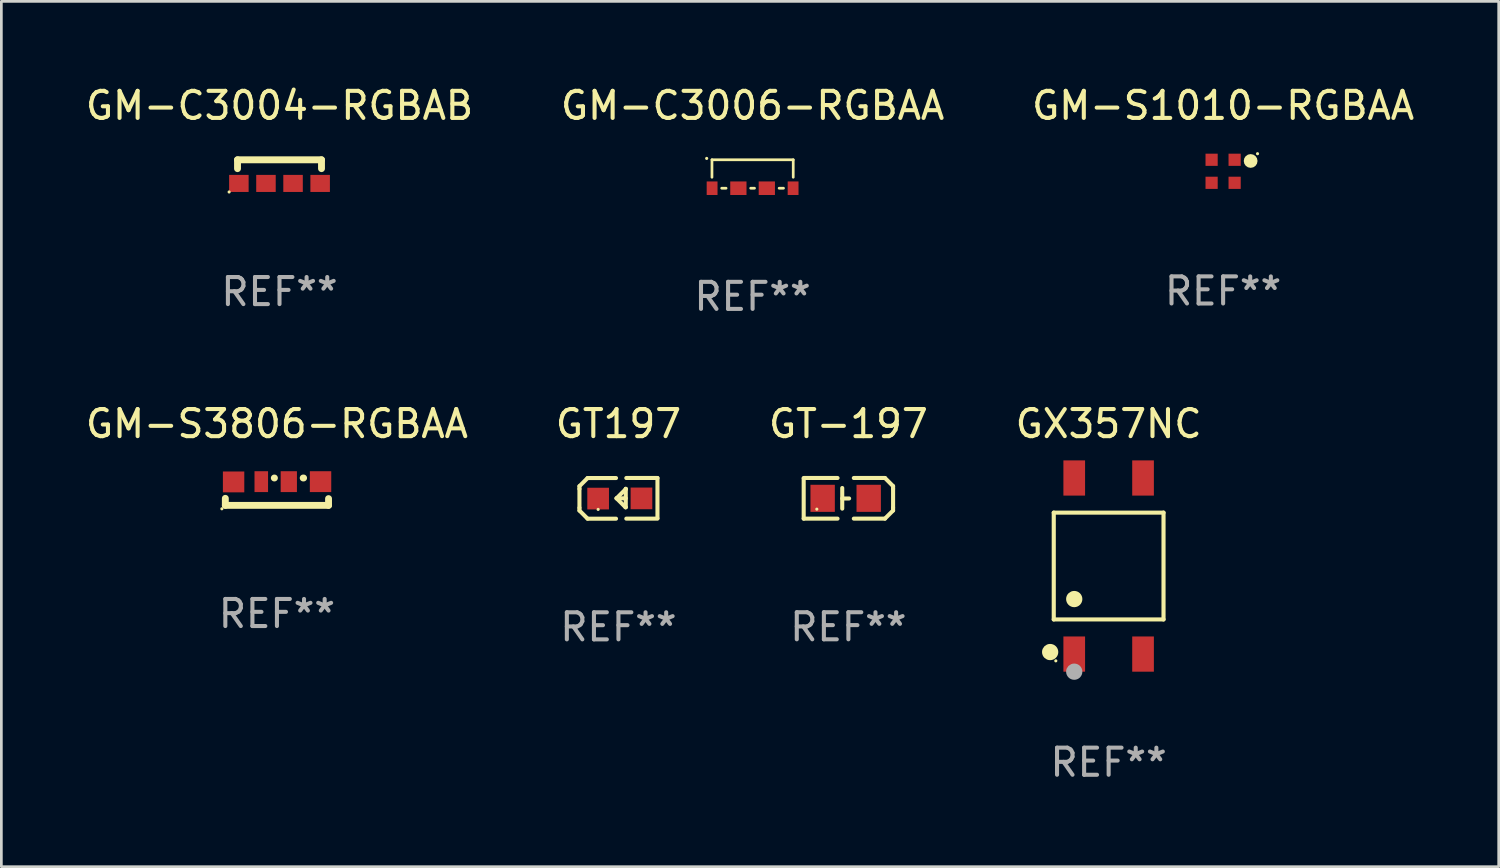
<source format=kicad_pcb>
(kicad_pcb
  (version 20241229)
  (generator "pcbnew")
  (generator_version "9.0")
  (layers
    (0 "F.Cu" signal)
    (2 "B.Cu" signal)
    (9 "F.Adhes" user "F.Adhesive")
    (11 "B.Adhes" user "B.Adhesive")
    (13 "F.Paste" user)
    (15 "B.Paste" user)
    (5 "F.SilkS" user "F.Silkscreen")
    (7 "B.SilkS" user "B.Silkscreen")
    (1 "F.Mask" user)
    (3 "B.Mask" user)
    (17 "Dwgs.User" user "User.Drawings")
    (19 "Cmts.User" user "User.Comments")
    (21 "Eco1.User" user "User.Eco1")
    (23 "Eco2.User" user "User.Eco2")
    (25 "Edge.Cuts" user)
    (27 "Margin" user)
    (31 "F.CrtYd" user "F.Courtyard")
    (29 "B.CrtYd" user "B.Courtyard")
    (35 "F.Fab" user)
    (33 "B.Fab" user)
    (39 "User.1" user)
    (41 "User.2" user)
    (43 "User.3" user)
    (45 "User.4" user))
  (footprint "GT197"
    (layer "F.Cu")
    (at 19.78 15.346)
    (property "Reference" "GT197" (at 0 -2.751 0) (layer "F.SilkS") (effects (font (size 1 1) (thickness 0.15))))
    (attr through_hole)
    (fp_line (start -1.44 -0.449) (end -1.14 -0.749) (stroke (width 0.15) (type solid)) (layer "F.SilkS"))
    (fp_line (start -1.44 -0.349) (end -1.44 -0.449) (stroke (width 0.15) (type solid)) (layer "F.SilkS"))
    (fp_line (start -1.44 -0.349) (end -1.44 0.351) (stroke (width 0.15) (type solid)) (layer "F.SilkS"))
    (fp_line (start -1.44 0.351) (end -1.44 0.451) (stroke (width 0.15) (type solid)) (layer "F.SilkS"))
    (fp_line (start -1.44 0.451) (end -1.14 0.751) (stroke (width 0.15) (type solid)) (layer "F.SilkS"))
    (fp_line (start -0.09 -0.749) (end -1.14 -0.749) (stroke (width 0.15) (type solid)) (layer "F.SilkS"))
    (fp_line (start -0.09 0.751) (end -1.14 0.751) (stroke (width 0.15) (type solid)) (layer "F.SilkS"))
    (fp_line (start 0.26 0.329) (end -0.07 -0.001) (stroke (width 0.15) (type solid)) (layer "F.SilkS"))
    (fp_line (start 0.27 -0.351) (end 0.27 -0.341) (stroke (width 0.15) (type solid)) (layer "F.SilkS"))
    (fp_line (start 0.27 -0.351) (end 0.27 0.329) (stroke (width 0.15) (type solid)) (layer "F.SilkS"))
    (fp_line (start 0.27 -0.341) (end -0.07 -0.001) (stroke (width 0.15) (type solid)) (layer "F.SilkS"))
    (fp_line (start 0.27 -0.001) (end -0.07 -0.001) (stroke (width 0.15) (type solid)) (layer "F.SilkS"))
    (fp_line (start 0.27 0.329) (end 0.26 0.329) (stroke (width 0.15) (type solid)) (layer "F.SilkS"))
    (fp_line (start 0.29 -0.751) (end 1.44 -0.751) (stroke (width 0.15) (type solid)) (layer "F.SilkS"))
    (fp_line (start 0.29 0.749) (end 1.44 0.749) (stroke (width 0.15) (type solid)) (layer "F.SilkS"))
    (fp_line (start 1.44 -0.751) (end 1.44 0.729) (stroke (width 0.15) (type solid)) (layer "F.SilkS"))
    (fp_circle (center -0.75 0.409) (end -0.72 0.409) (stroke (width 0.06) (type solid)) (fill no) (layer "F.SilkS"))
    (fp_text user "REF**" (at 0 4.751 0) (layer "F.Fab") (effects (font (size 1 1) (thickness 0.15))))
    (pad "1" smd rect (at -0.75 0.009 90) (size 0.8 0.8) (layers "F.Cu" "F.Mask" "F.Paste"))
    (pad "2" smd rect (at 0.849 0.002 90) (size 0.8 0.8) (layers "F.Cu" "F.Mask" "F.Paste")))
  (footprint "GM-C3004-RGBAB"
    (layer "F.Cu")
    (at 7.268 3.285)
    (property "Reference" "GM-C3004-RGBAB" (at 0 -2.437 0) (layer "F.SilkS") (effects (font (size 1 1) (thickness 0.15))))
    (attr through_hole)
    (fp_line (start -1.55 -0.436) (end -1.55 -0.11) (stroke (width 0.254) (type solid)) (layer "F.SilkS"))
    (fp_line (start 1.55 -0.436) (end -1.55 -0.436) (stroke (width 0.254) (type solid)) (layer "F.SilkS"))
    (fp_line (start 1.55 -0.436) (end 1.55 -0.11) (stroke (width 0.254) (type solid)) (layer "F.SilkS"))
    (fp_circle (center -1.86 0.752) (end -1.83 0.752) (stroke (width 0.06) (type solid)) (fill no) (layer "F.SilkS"))
    (fp_text user "REF**" (at 0 4.436 0) (layer "F.Fab") (effects (font (size 1 1) (thickness 0.15))))
    (pad "1" smd rect (at -1.5 0.436) (size 0.72 0.63) (layers "F.Cu" "F.Mask" "F.Paste"))
    (pad "2" smd rect (at -0.5 0.436) (size 0.72 0.63) (layers "F.Cu" "F.Mask" "F.Paste"))
    (pad "3" smd rect (at 0.5 0.436) (size 0.72 0.63) (layers "F.Cu" "F.Mask" "F.Paste"))
    (pad "4" smd rect (at 1.5 0.436) (size 0.72 0.63) (layers "F.Cu" "F.Mask" "F.Paste")))
  (footprint "GX357NC"
    (layer "F.Cu")
    (at 37.875 17.845)
    (property "Reference" "GX357NC" (at 0 -5.25 0) (layer "F.SilkS") (effects (font (size 1 1) (thickness 0.15))))
    (attr through_hole)
    (fp_line (start -2.026 -1.971) (end 2.026 -1.971) (stroke (width 0.152) (type solid)) (layer "F.SilkS"))
    (fp_line (start -2.026 1.971) (end -2.026 -1.971) (stroke (width 0.152) (type solid)) (layer "F.SilkS"))
    (fp_line (start 2.026 -1.971) (end 2.026 1.971) (stroke (width 0.152) (type solid)) (layer "F.SilkS"))
    (fp_line (start 2.026 1.971) (end -2.026 1.971) (stroke (width 0.152) (type solid)) (layer "F.SilkS"))
    (fp_circle (center -2.159 3.175) (end -2.009 3.175) (stroke (width 0.3) (type solid)) (fill no) (layer "F.SilkS"))
    (fp_circle (center -1.95 3.5) (end -1.92 3.5) (stroke (width 0.06) (type solid)) (fill no) (layer "F.SilkS"))
    (fp_circle (center -1.27 1.219) (end -1.12 1.219) (stroke (width 0.3) (type solid)) (fill no) (layer "F.SilkS"))
    (fp_circle (center -1.27 3.9) (end -1.12 3.9) (stroke (width 0.3) (type solid)) (fill no) (layer "F.Fab"))
    (fp_text user "REF**" (at 0 7.25 0) (layer "F.Fab") (effects (font (size 1 1) (thickness 0.15))))
    (pad "1" smd rect (at -1.27 3.25) (size 0.8 1.3) (layers "F.Cu" "F.Mask" "F.Paste"))
    (pad "2" smd rect (at 1.27 3.25) (size 0.8 1.3) (layers "F.Cu" "F.Mask" "F.Paste"))
    (pad "3" smd rect (at 1.27 -3.25) (size 0.8 1.3) (layers "F.Cu" "F.Mask" "F.Paste"))
    (pad "4" smd rect (at -1.27 -3.25) (size 0.8 1.3) (layers "F.Cu" "F.Mask" "F.Paste")))
  (footprint "GT-197"
    (layer "F.Cu")
    (at 28.268 15.345)
    (property "Reference" "GT-197" (at 0 -2.75 0) (layer "F.SilkS") (effects (font (size 1 1) (thickness 0.15))))
    (attr through_hole)
    (fp_line (start -1.65 0.75) (end -1.65 -0.73) (stroke (width 0.15) (type solid)) (layer "F.SilkS"))
    (fp_line (start -0.4 -0.75) (end -1.65 -0.75) (stroke (width 0.15) (type solid)) (layer "F.SilkS"))
    (fp_line (start -0.4 0.75) (end -1.65 0.75) (stroke (width 0.15) (type solid)) (layer "F.SilkS"))
    (fp_line (start -0.227 -0.381) (end -0.227 0.381) (stroke (width 0.15) (type solid)) (layer "F.SilkS"))
    (fp_line (start -0.227 0.006) (end 0.027 0.006) (stroke (width 0.15) (type solid)) (layer "F.SilkS"))
    (fp_line (start 0.2 -0.75) (end 1.35 -0.75) (stroke (width 0.15) (type solid)) (layer "F.SilkS"))
    (fp_line (start 0.2 0.75) (end 1.35 0.75) (stroke (width 0.15) (type solid)) (layer "F.SilkS"))
    (fp_line (start 1.65 -0.45) (end 1.35 -0.75) (stroke (width 0.15) (type solid)) (layer "F.SilkS"))
    (fp_line (start 1.65 -0.35) (end 1.65 -0.45) (stroke (width 0.15) (type solid)) (layer "F.SilkS"))
    (fp_line (start 1.65 0.35) (end 1.65 -0.35) (stroke (width 0.15) (type solid)) (layer "F.SilkS"))
    (fp_line (start 1.65 0.35) (end 1.65 0.45) (stroke (width 0.15) (type solid)) (layer "F.SilkS"))
    (fp_line (start 1.65 0.45) (end 1.35 0.75) (stroke (width 0.15) (type solid)) (layer "F.SilkS"))
    (fp_circle (center -1.165 0.4) (end -1.135 0.4) (stroke (width 0.06) (type solid)) (fill no) (layer "F.SilkS"))
    (fp_text user "REF**" (at 0 4.75 0) (layer "F.Fab") (effects (font (size 1 1) (thickness 0.15))))
    (pad "1" smd rect (at -0.95 0.000025 270) (size 1 0.9) (layers "F.Cu" "F.Mask" "F.Paste"))
    (pad "2" smd rect (at 0.75 0.000025 270) (size 1 0.9) (layers "F.Cu" "F.Mask" "F.Paste")))
  (footprint "GM-C3006-RGBAA"
    (layer "F.Cu")
    (at 24.732 3.373)
    (property "Reference" "GM-C3006-RGBAA" (at 0 -2.525 0) (layer "F.SilkS") (effects (font (size 1 1) (thickness 0.15))))
    (attr through_hole)
    (fp_line (start -1.5 -0.525) (end 1.5 -0.525) (stroke (width 0.1) (type solid)) (layer "F.SilkS"))
    (fp_line (start -1.5 0.121) (end -1.5 -0.525) (stroke (width 0.1) (type solid)) (layer "F.SilkS"))
    (fp_line (start -0.979 0.525) (end -1.141 0.525) (stroke (width 0.1) (type solid)) (layer "F.SilkS"))
    (fp_line (start 0.071 0.525) (end -0.071 0.525) (stroke (width 0.1) (type solid)) (layer "F.SilkS"))
    (fp_line (start 1.141 0.525) (end 0.979 0.525) (stroke (width 0.1) (type solid)) (layer "F.SilkS"))
    (fp_line (start 1.5 -0.525) (end 1.5 0.121) (stroke (width 0.1) (type solid)) (layer "F.SilkS"))
    (fp_circle (center -1.695 -0.575) (end -1.665 -0.575) (stroke (width 0.06) (type solid)) (fill no) (layer "F.SilkS"))
    (fp_text user "REF**" (at 0 4.525 0) (layer "F.Fab") (effects (font (size 1 1) (thickness 0.15))))
    (pad "1" smd rect (at -1.495 0.525 180) (size 0.4 0.5) (layers "F.Cu" "F.Mask" "F.Paste"))
    (pad "2" smd rect (at -0.525 0.525 180) (size 0.6 0.5) (layers "F.Cu" "F.Mask" "F.Paste"))
    (pad "3" smd rect (at 0.525 0.525 180) (size 0.6 0.5) (layers "F.Cu" "F.Mask" "F.Paste"))
    (pad "4" smd rect (at 1.495 0.525 180) (size 0.4 0.5) (layers "F.Cu" "F.Mask" "F.Paste")))
  (footprint "GM-S3806-RGBAA"
    (layer "F.Cu")
    (at 7.173 15.1)
    (property "Reference" "GM-S3806-RGBAA" (at 0 -2.505 0) (layer "F.SilkS") (effects (font (size 1 1) (thickness 0.15))))
    (attr through_hole)
    (fp_line (start -1.905 0.505) (end -1.905 0.246) (stroke (width 0.254) (type solid)) (layer "F.SilkS"))
    (fp_line (start -0.097 -0.505) (end -0.093 -0.505) (stroke (width 0.254) (type solid)) (layer "F.SilkS"))
    (fp_line (start 0.969 -0.505) (end 0.984 -0.505) (stroke (width 0.254) (type solid)) (layer "F.SilkS"))
    (fp_line (start 1.905 0.505) (end -1.905 0.505) (stroke (width 0.254) (type solid)) (layer "F.SilkS"))
    (fp_line (start 1.905 0.505) (end 1.905 0.256) (stroke (width 0.254) (type solid)) (layer "F.SilkS"))
    (fp_circle (center -2.032 0.632) (end -2.002 0.632) (stroke (width 0.06) (type solid)) (fill no) (layer "F.SilkS"))
    (fp_text user "REF**" (at 0 4.505 0) (layer "F.Fab") (effects (font (size 1 1) (thickness 0.15))))
    (pad "1" smd rect (at -1.6 -0.36 180) (size 0.79 0.77) (layers "F.Cu" "F.Mask" "F.Paste"))
    (pad "2" smd rect (at -0.578 -0.37 180) (size 0.5 0.77) (layers "F.Cu" "F.Mask" "F.Paste"))
    (pad "3" smd rect (at 0.438 -0.37 180) (size 0.6 0.77) (layers "F.Cu" "F.Mask" "F.Paste"))
    (pad "4" smd rect (at 1.61 -0.37 180) (size 0.79 0.77) (layers "F.Cu" "F.Mask" "F.Paste")))
  (footprint "GM-S1010-RGBAA"
    (layer "F.Cu")
    (at 42.101 3.273)
    (property "Reference" "GM-S1010-RGBAA" (at 0 -2.425 0) (layer "F.SilkS") (effects (font (size 1 1) (thickness 0.15))))
    (attr through_hole)
    (fp_circle (center 1.016 -0.381) (end 1.143 -0.381) (stroke (width 0.254) (type solid)) (fill no) (layer "F.SilkS"))
    (fp_circle (center 1.27 -0.649) (end 1.3 -0.649) (stroke (width 0.06) (type solid)) (fill no) (layer "F.SilkS"))
    (fp_text user "REF**" (at 0 4.425 0) (layer "F.Fab") (effects (font (size 1 1) (thickness 0.15))))
    (pad "1" smd rect (at 0.425 -0.425 180) (size 0.45 0.45) (layers "F.Cu" "F.Mask" "F.Paste"))
    (pad "2" smd rect (at 0.425 0.425 180) (size 0.45 0.45) (layers "F.Cu" "F.Mask" "F.Paste"))
    (pad "3" smd rect (at -0.425 0.425 180) (size 0.45 0.45) (layers "F.Cu" "F.Mask" "F.Paste"))
    (pad "4" smd rect (at -0.425 -0.425 180) (size 0.45 0.45) (layers "F.Cu" "F.Mask" "F.Paste")))
  (gr_rect
    (start -3 -3)
    (end 52.274 28.943)
    (stroke (width 0.1) (type default))
    (fill no)
    (layer "Edge.Cuts")))
</source>
